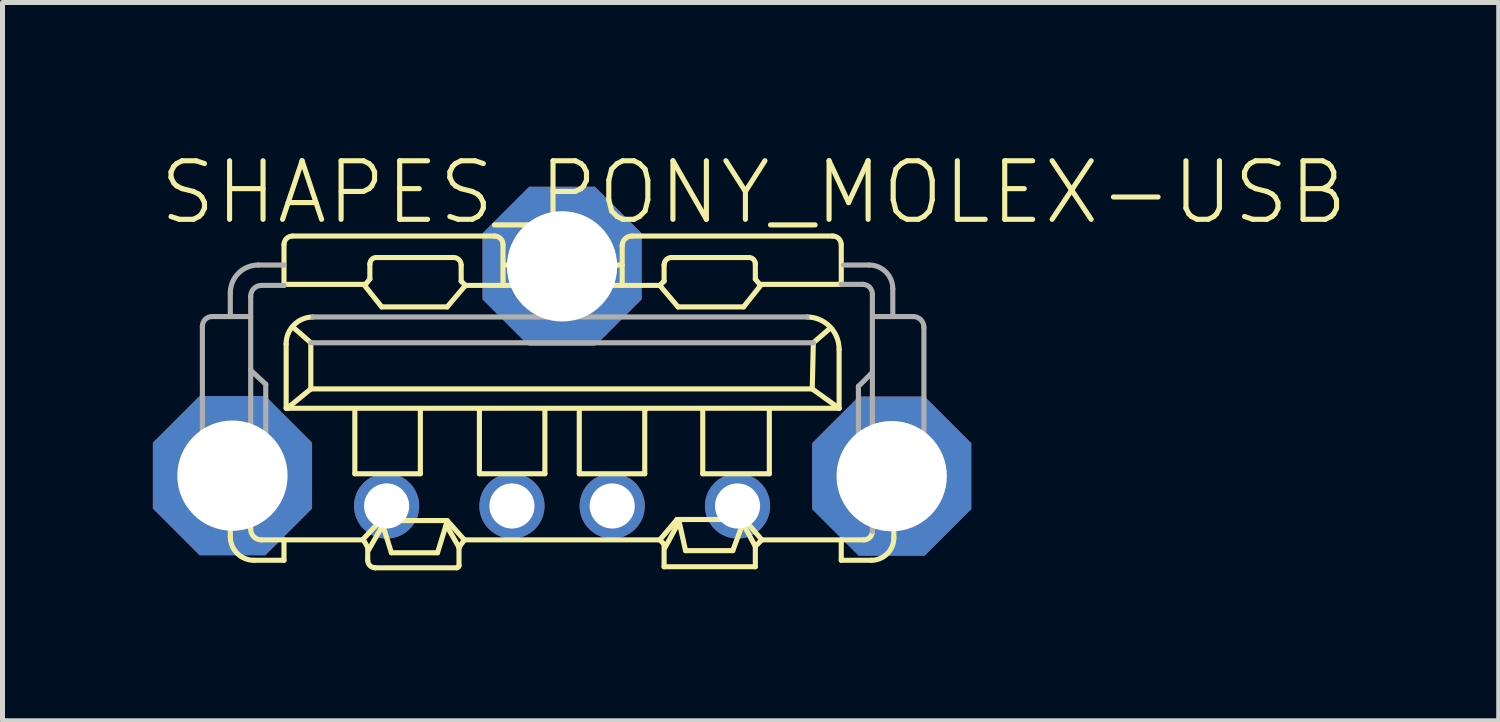
<source format=kicad_pcb>
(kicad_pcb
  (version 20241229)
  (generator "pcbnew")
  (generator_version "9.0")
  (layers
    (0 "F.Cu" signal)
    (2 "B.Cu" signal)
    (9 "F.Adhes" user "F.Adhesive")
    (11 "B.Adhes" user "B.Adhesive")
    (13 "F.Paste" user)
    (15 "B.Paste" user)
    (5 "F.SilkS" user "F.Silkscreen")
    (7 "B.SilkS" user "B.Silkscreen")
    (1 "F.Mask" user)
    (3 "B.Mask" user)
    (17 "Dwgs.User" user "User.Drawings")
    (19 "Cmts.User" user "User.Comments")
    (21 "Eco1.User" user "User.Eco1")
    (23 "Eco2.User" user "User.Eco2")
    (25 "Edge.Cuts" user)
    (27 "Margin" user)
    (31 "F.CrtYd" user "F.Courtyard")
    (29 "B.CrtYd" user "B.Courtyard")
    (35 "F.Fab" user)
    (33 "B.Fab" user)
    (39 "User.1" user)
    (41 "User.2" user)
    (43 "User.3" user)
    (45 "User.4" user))
  (footprint "SHAPES_PONY_MOLEX-USB"
    (layer "F.Cu")
    (at 8.162 5.143)
    (property "Reference" "SHAPES_PONY_MOLEX-USB" (at -8.09 -3.67 0) (layer "F.SilkS") (effects (font (size 1.168 1.168) (thickness 0.102)) (justify left bottom)))
    (fp_line (start -6.961 1.977) (end -6.211 1.977) (stroke (width 0.102) (type solid)) (layer "F.SilkS"))
    (fp_line (start -6.618 2.512) (end -6.618 1.998) (stroke (width 0.102) (type solid)) (layer "F.SilkS"))
    (fp_line (start -6.211 1.977) (end -6.211 2.362) (stroke (width 0.102) (type solid)) (layer "F.SilkS"))
    (fp_line (start -5.997 2.576) (end -3.962 2.576) (stroke (width 0.102) (type solid)) (layer "F.SilkS"))
    (fp_line (start -5.911 0.606) (end -6.19 0.863) (stroke (width 0.102) (type solid)) (layer "F.SilkS"))
    (fp_line (start -5.547 -2.521) (end -5.547 -3.313) (stroke (width 0.102) (type solid)) (layer "F.SilkS"))
    (fp_line (start -5.547 -2.521) (end -3.92 -2.521) (stroke (width 0.102) (type solid)) (layer "F.SilkS"))
    (fp_line (start -5.547 -2.5) (end -5.547 -2.521) (stroke (width 0.102) (type solid)) (layer "F.SilkS"))
    (fp_line (start -5.547 2.983) (end -6.147 2.983) (stroke (width 0.102) (type solid)) (layer "F.SilkS"))
    (fp_line (start -5.547 2.983) (end -5.547 2.576) (stroke (width 0.102) (type solid)) (layer "F.SilkS"))
    (fp_line (start -5.504 -0.049) (end -5.504 -1.334) (stroke (width 0.102) (type solid)) (layer "F.SilkS"))
    (fp_line (start -5.483 -0.049) (end -5.504 -0.049) (stroke (width 0.102) (type solid)) (layer "F.SilkS"))
    (fp_line (start -5.376 -3.485) (end -1.349 -3.485) (stroke (width 0.102) (type solid)) (layer "F.SilkS"))
    (fp_line (start -5.012 -1.356) (end -5.354 -1.655) (stroke (width 0.102) (type solid)) (layer "F.SilkS"))
    (fp_line (start -5.012 -0.435) (end -5.483 -0.049) (stroke (width 0.102) (type solid)) (layer "F.SilkS"))
    (fp_line (start -5.012 -0.435) (end -5.012 -1.356) (stroke (width 0.102) (type solid)) (layer "F.SilkS"))
    (fp_line (start -4.134 1.257) (end -4.134 -0.028) (stroke (width 0.102) (type solid)) (layer "F.SilkS"))
    (fp_line (start -3.962 2.576) (end -3.962 2.576) (stroke (width 0.102) (type solid)) (layer "F.SilkS"))
    (fp_line (start -3.962 2.576) (end -3.877 2.726) (stroke (width 0.102) (type solid)) (layer "F.SilkS"))
    (fp_line (start -3.962 2.555) (end -3.62 2.191) (stroke (width 0.102) (type solid)) (layer "F.SilkS"))
    (fp_line (start -3.92 -2.521) (end -3.834 -2.628) (stroke (width 0.102) (type solid)) (layer "F.SilkS"))
    (fp_line (start -3.877 2.726) (end -3.877 2.983) (stroke (width 0.102) (type solid)) (layer "F.SilkS"))
    (fp_line (start -3.855 2.769) (end -3.598 2.32) (stroke (width 0.102) (type solid)) (layer "F.SilkS"))
    (fp_line (start -3.834 -2.628) (end -3.834 -2.928) (stroke (width 0.102) (type solid)) (layer "F.SilkS"))
    (fp_line (start -3.727 3.133) (end -2.099 3.133) (stroke (width 0.102) (type solid)) (layer "F.SilkS"))
    (fp_line (start -3.705 -3.056) (end -2.163 -3.056) (stroke (width 0.102) (type solid)) (layer "F.SilkS"))
    (fp_line (start -3.62 2.191) (end -2.292 2.191) (stroke (width 0.102) (type solid)) (layer "F.SilkS"))
    (fp_line (start -3.598 -2.071) (end -3.941 -2.5) (stroke (width 0.102) (type solid)) (layer "F.SilkS"))
    (fp_line (start -3.405 2.833) (end -3.598 2.212) (stroke (width 0.102) (type solid)) (layer "F.SilkS"))
    (fp_line (start -2.827 -0.028) (end -2.827 1.257) (stroke (width 0.102) (type solid)) (layer "F.SilkS"))
    (fp_line (start -2.827 1.257) (end -4.134 1.257) (stroke (width 0.102) (type solid)) (layer "F.SilkS"))
    (fp_line (start -2.485 2.833) (end -3.405 2.833) (stroke (width 0.102) (type solid)) (layer "F.SilkS"))
    (fp_line (start -2.313 2.277) (end -2.485 2.833) (stroke (width 0.102) (type solid)) (layer "F.SilkS"))
    (fp_line (start -2.292 -2.071) (end -3.598 -2.071) (stroke (width 0.102) (type solid)) (layer "F.SilkS"))
    (fp_line (start -2.292 2.191) (end -1.949 2.576) (stroke (width 0.102) (type solid)) (layer "F.SilkS"))
    (fp_line (start -2.056 2.726) (end -2.313 2.277) (stroke (width 0.102) (type solid)) (layer "F.SilkS"))
    (fp_line (start -2.056 3.091) (end -2.056 2.726) (stroke (width 0.102) (type solid)) (layer "F.SilkS"))
    (fp_line (start -2.013 -2.906) (end -2.013 -2.585) (stroke (width 0.102) (type solid)) (layer "F.SilkS"))
    (fp_line (start -1.949 2.576) (end -2.056 2.726) (stroke (width 0.102) (type solid)) (layer "F.SilkS"))
    (fp_line (start -1.949 2.576) (end 1.949 2.576) (stroke (width 0.102) (type solid)) (layer "F.SilkS"))
    (fp_line (start -1.928 -2.5) (end -2.292 -2.071) (stroke (width 0.102) (type solid)) (layer "F.SilkS"))
    (fp_line (start -1.928 -2.5) (end -2.013 -2.585) (stroke (width 0.102) (type solid)) (layer "F.SilkS"))
    (fp_line (start -1.649 1.257) (end -1.649 -0.028) (stroke (width 0.102) (type solid)) (layer "F.SilkS"))
    (fp_line (start -1.178 -3.313) (end -1.178 -2.5) (stroke (width 0.102) (type solid)) (layer "F.SilkS"))
    (fp_line (start -1.178 -2.5) (end -1.928 -2.5) (stroke (width 0.102) (type solid)) (layer "F.SilkS"))
    (fp_line (start -1.178 -2.5) (end 1.199 -2.5) (stroke (width 0.102) (type solid)) (layer "F.SilkS"))
    (fp_line (start -1.157 -2.906) (end 1.199 -2.906) (stroke (width 0.102) (type solid)) (layer "F.SilkS"))
    (fp_line (start -0.343 -0.006) (end -0.343 1.257) (stroke (width 0.102) (type solid)) (layer "F.SilkS"))
    (fp_line (start -0.343 1.257) (end -1.649 1.257) (stroke (width 0.102) (type solid)) (layer "F.SilkS"))
    (fp_line (start 0.343 1.257) (end 0.343 0.015) (stroke (width 0.102) (type solid)) (layer "F.SilkS"))
    (fp_line (start 1.199 -2.906) (end 1.199 -3.292) (stroke (width 0.102) (type solid)) (layer "F.SilkS"))
    (fp_line (start 1.199 -2.906) (end 1.199 -2.5) (stroke (width 0.102) (type solid)) (layer "F.SilkS"))
    (fp_line (start 1.199 -2.5) (end 1.949 -2.5) (stroke (width 0.102) (type solid)) (layer "F.SilkS"))
    (fp_line (start 1.392 -3.485) (end 5.397 -3.485) (stroke (width 0.102) (type solid)) (layer "F.SilkS"))
    (fp_line (start 1.649 -0.028) (end 1.649 1.257) (stroke (width 0.102) (type solid)) (layer "F.SilkS"))
    (fp_line (start 1.649 1.257) (end 0.343 1.257) (stroke (width 0.102) (type solid)) (layer "F.SilkS"))
    (fp_line (start 1.671 -0.028) (end 1.649 -0.028) (stroke (width 0.102) (type solid)) (layer "F.SilkS"))
    (fp_line (start 1.949 -2.5) (end 2.035 -2.585) (stroke (width 0.102) (type solid)) (layer "F.SilkS"))
    (fp_line (start 1.949 -2.5) (end 2.313 -2.071) (stroke (width 0.102) (type solid)) (layer "F.SilkS"))
    (fp_line (start 1.949 2.576) (end 2.292 2.17) (stroke (width 0.102) (type solid)) (layer "F.SilkS"))
    (fp_line (start 2.035 -2.906) (end 2.035 -2.585) (stroke (width 0.102) (type solid)) (layer "F.SilkS"))
    (fp_line (start 2.035 2.662) (end 1.949 2.576) (stroke (width 0.102) (type solid)) (layer "F.SilkS"))
    (fp_line (start 2.035 3.112) (end 2.035 2.662) (stroke (width 0.102) (type solid)) (layer "F.SilkS"))
    (fp_line (start 2.292 2.17) (end 3.641 2.17) (stroke (width 0.102) (type solid)) (layer "F.SilkS"))
    (fp_line (start 2.313 -2.071) (end 3.62 -2.071) (stroke (width 0.102) (type solid)) (layer "F.SilkS"))
    (fp_line (start 2.335 2.212) (end 2.056 2.726) (stroke (width 0.102) (type solid)) (layer "F.SilkS"))
    (fp_line (start 2.335 2.212) (end 2.463 2.791) (stroke (width 0.102) (type solid)) (layer "F.SilkS"))
    (fp_line (start 2.463 2.791) (end 3.405 2.791) (stroke (width 0.102) (type solid)) (layer "F.SilkS"))
    (fp_line (start 2.806 1.257) (end 2.806 -0.006) (stroke (width 0.102) (type solid)) (layer "F.SilkS"))
    (fp_line (start 3.405 2.791) (end 3.62 2.212) (stroke (width 0.102) (type solid)) (layer "F.SilkS"))
    (fp_line (start 3.598 2.234) (end 3.855 2.705) (stroke (width 0.102) (type solid)) (layer "F.SilkS"))
    (fp_line (start 3.62 -2.071) (end 3.962 -2.5) (stroke (width 0.102) (type solid)) (layer "F.SilkS"))
    (fp_line (start 3.641 2.17) (end 3.984 2.576) (stroke (width 0.102) (type solid)) (layer "F.SilkS"))
    (fp_line (start 3.727 -3.056) (end 2.185 -3.056) (stroke (width 0.102) (type solid)) (layer "F.SilkS"))
    (fp_line (start 3.855 -2.628) (end 3.855 -2.928) (stroke (width 0.102) (type solid)) (layer "F.SilkS"))
    (fp_line (start 3.855 2.705) (end 3.855 3.112) (stroke (width 0.102) (type solid)) (layer "F.SilkS"))
    (fp_line (start 3.855 3.112) (end 2.035 3.112) (stroke (width 0.102) (type solid)) (layer "F.SilkS"))
    (fp_line (start 3.941 -2.521) (end 3.855 -2.628) (stroke (width 0.102) (type solid)) (layer "F.SilkS"))
    (fp_line (start 3.984 2.576) (end 3.855 2.705) (stroke (width 0.102) (type solid)) (layer "F.SilkS"))
    (fp_line (start 4.134 -0.006) (end 4.134 1.257) (stroke (width 0.102) (type solid)) (layer "F.SilkS"))
    (fp_line (start 4.134 1.257) (end 2.806 1.257) (stroke (width 0.102) (type solid)) (layer "F.SilkS"))
    (fp_line (start 4.99 -0.435) (end -5.012 -0.435) (stroke (width 0.102) (type solid)) (layer "F.SilkS"))
    (fp_line (start 4.99 -0.435) (end 5.012 -1.356) (stroke (width 0.102) (type solid)) (layer "F.SilkS"))
    (fp_line (start 5.012 -1.356) (end 5.333 -1.634) (stroke (width 0.102) (type solid)) (layer "F.SilkS"))
    (fp_line (start 5.526 -1.227) (end 5.526 -0.049) (stroke (width 0.102) (type solid)) (layer "F.SilkS"))
    (fp_line (start 5.526 -0.049) (end -5.483 -0.049) (stroke (width 0.102) (type solid)) (layer "F.SilkS"))
    (fp_line (start 5.526 -0.049) (end 4.99 -0.435) (stroke (width 0.102) (type solid)) (layer "F.SilkS"))
    (fp_line (start 5.569 -3.313) (end 5.569 -2.521) (stroke (width 0.102) (type solid)) (layer "F.SilkS"))
    (fp_line (start 5.569 -2.521) (end 3.941 -2.521) (stroke (width 0.102) (type solid)) (layer "F.SilkS"))
    (fp_line (start 5.569 2.576) (end 3.984 2.576) (stroke (width 0.102) (type solid)) (layer "F.SilkS"))
    (fp_line (start 5.569 2.576) (end 5.569 2.983) (stroke (width 0.102) (type solid)) (layer "F.SilkS"))
    (fp_line (start 5.569 2.983) (end 6.168 2.983) (stroke (width 0.102) (type solid)) (layer "F.SilkS"))
    (fp_line (start 6.019 2.576) (end 5.569 2.576) (stroke (width 0.102) (type solid)) (layer "F.SilkS"))
    (fp_line (start 6.168 0.842) (end 5.911 0.563) (stroke (width 0.102) (type solid)) (layer "F.SilkS"))
    (fp_line (start 6.211 1.977) (end 6.939 1.977) (stroke (width 0.102) (type solid)) (layer "F.SilkS"))
    (fp_line (start 6.618 2.534) (end 6.618 1.998) (stroke (width 0.102) (type solid)) (layer "F.SilkS"))
    (fp_arc (start -6.9608 1.9768) (mid -7.112262 1.914062) (end -7.175 1.7626) (stroke (width 0.1016) (type solid)) (layer "F.SilkS"))
    (fp_arc (start -6.147 2.9834) (mid -6.480189 2.845389) (end -6.6182 2.5122) (stroke (width 0.1016) (type solid)) (layer "F.SilkS"))
    (fp_arc (start -5.997 2.5765) (mid -6.148462 2.513762) (end -6.2112 2.3623) (stroke (width 0.1016) (type solid)) (layer "F.SilkS"))
    (fp_arc (start -5.5473 -3.3135) (mid -5.497127 -3.434627) (end -5.376 -3.4848) (stroke (width 0.1016) (type solid)) (layer "F.SilkS"))
    (fp_arc (start -5.5044 -1.3343) (mid -5.347585 -1.712885) (end -4.969 -1.8697) (stroke (width 0.1016) (type solid)) (layer "F.SilkS"))
    (fp_arc (start -3.8338 -2.9279) (mid -3.796163 -3.018763) (end -3.7053 -3.0564) (stroke (width 0.1016) (type solid)) (layer "F.SilkS"))
    (fp_arc (start -3.7267 3.1334) (mid -3.832766 3.089466) (end -3.8767 2.9834) (stroke (width 0.1016) (type solid)) (layer "F.SilkS"))
    (fp_arc (start -2.1632 -3.0564) (mid -2.057205 -3.012495) (end -2.0133 -2.9065) (stroke (width 0.1016) (type solid)) (layer "F.SilkS"))
    (fp_arc (start -2.0561 3.0905) (mid -2.068665 3.120835) (end -2.099 3.1334) (stroke (width 0.1016) (type solid)) (layer "F.SilkS"))
    (fp_arc (start -1.3493 -3.4848) (mid -1.228173 -3.434627) (end -1.178 -3.3135) (stroke (width 0.1016) (type solid)) (layer "F.SilkS"))
    (fp_arc (start 1.1994 -3.292) (mid 1.25587 -3.42833) (end 1.3922 -3.4848) (stroke (width 0.1016) (type solid)) (layer "F.SilkS"))
    (fp_arc (start 2.0347 -2.9065) (mid 2.078605 -3.012495) (end 2.1846 -3.0564) (stroke (width 0.1016) (type solid)) (layer "F.SilkS"))
    (fp_arc (start 3.7267 -3.0564) (mid 3.817563 -3.018763) (end 3.8552 -2.9279) (stroke (width 0.1016) (type solid)) (layer "F.SilkS"))
    (fp_arc (start 4.8833 -1.8697) (mid 5.337616 -1.681516) (end 5.5258 -1.2272) (stroke (width 0.1016) (type solid)) (layer "F.SilkS"))
    (fp_arc (start 5.3973 -3.4848) (mid 5.518498 -3.434598) (end 5.5687 -3.3134) (stroke (width 0.1016) (type solid)) (layer "F.SilkS"))
    (fp_arc (start 6.1898 2.4052) (mid 6.139627 2.526327) (end 6.0185 2.5765) (stroke (width 0.1016) (type solid)) (layer "F.SilkS"))
    (fp_arc (start 6.6182 2.5336) (mid 6.486457 2.851657) (end 6.1684 2.9834) (stroke (width 0.1016) (type solid)) (layer "F.SilkS"))
    (fp_arc (start 7.2179 1.6983) (mid 7.136329 1.895229) (end 6.9394 1.9768) (stroke (width 0.1016) (type solid)) (layer "F.SilkS"))
    (fp_line (start -7.175 -1.686) (end -7.175 1.763) (stroke (width 0.102) (type solid)) (layer "F.Fab"))
    (fp_line (start -6.618 -1.878) (end -6.618 -2.35) (stroke (width 0.102) (type solid)) (layer "F.Fab"))
    (fp_line (start -6.211 -1.878) (end -6.982 -1.878) (stroke (width 0.102) (type solid)) (layer "F.Fab"))
    (fp_line (start -6.211 -0.807) (end -6.211 -2.285) (stroke (width 0.102) (type solid)) (layer "F.Fab"))
    (fp_line (start -6.211 -0.807) (end -5.911 -0.529) (stroke (width 0.102) (type solid)) (layer "F.Fab"))
    (fp_line (start -6.211 1.977) (end -6.211 -0.807) (stroke (width 0.102) (type solid)) (layer "F.Fab"))
    (fp_line (start -6.061 -2.906) (end -5.547 -2.906) (stroke (width 0.102) (type solid)) (layer "F.Fab"))
    (fp_line (start -5.997 -2.5) (end -5.547 -2.5) (stroke (width 0.102) (type solid)) (layer "F.Fab"))
    (fp_line (start -5.911 -0.529) (end -5.911 0.606) (stroke (width 0.102) (type solid)) (layer "F.Fab"))
    (fp_line (start -5.012 -1.356) (end 5.012 -1.356) (stroke (width 0.102) (type solid)) (layer "F.Fab"))
    (fp_line (start -4.969 -1.87) (end 4.883 -1.87) (stroke (width 0.102) (type solid)) (layer "F.Fab"))
    (fp_line (start 5.569 -2.521) (end 5.997 -2.521) (stroke (width 0.102) (type solid)) (layer "F.Fab"))
    (fp_line (start 5.911 -0.486) (end 6.168 -0.743) (stroke (width 0.102) (type solid)) (layer "F.Fab"))
    (fp_line (start 5.911 0.563) (end 5.911 -0.486) (stroke (width 0.102) (type solid)) (layer "F.Fab"))
    (fp_line (start 6.125 -2.906) (end 5.612 -2.906) (stroke (width 0.102) (type solid)) (layer "F.Fab"))
    (fp_line (start 6.19 -2.328) (end 6.19 2.405) (stroke (width 0.102) (type solid)) (layer "F.Fab"))
    (fp_line (start 6.597 -1.9) (end 6.597 -2.435) (stroke (width 0.102) (type solid)) (layer "F.Fab"))
    (fp_line (start 7.004 -1.878) (end 6.211 -1.878) (stroke (width 0.102) (type solid)) (layer "F.Fab"))
    (fp_line (start 7.218 1.698) (end 7.218 -1.664) (stroke (width 0.102) (type solid)) (layer "F.Fab"))
    (fp_arc (start -7.175 -1.6857) (mid -7.118559 -1.821959) (end -6.9823 -1.8784) (stroke (width 0.1016) (type solid)) (layer "F.Fab"))
    (fp_arc (start -6.6182 -2.3496) (mid -6.455088 -2.743388) (end -6.0613 -2.9065) (stroke (width 0.1016) (type solid)) (layer "F.Fab"))
    (fp_arc (start -6.2112 -2.2854) (mid -6.148462 -2.436862) (end -5.997 -2.4996) (stroke (width 0.1016) (type solid)) (layer "F.Fab"))
    (fp_arc (start 5.997 -2.521) (mid 6.13333 -2.46453) (end 6.1898 -2.3282) (stroke (width 0.1016) (type solid)) (layer "F.Fab"))
    (fp_arc (start 6.1255 -2.9065) (mid 6.458689 -2.768489) (end 6.5967 -2.4353) (stroke (width 0.1016) (type solid)) (layer "F.Fab"))
    (fp_arc (start 7.0038 -1.8784) (mid 7.155192 -1.815692) (end 7.2179 -1.6643) (stroke (width 0.1016) (type solid)) (layer "F.Fab"))
    (pad "1" thru_hole circle (at -3.5 1.9) (size 1.3 1.3) (drill 0.9) (layers "*.Cu" "*.Mask"))
    (pad "2" thru_hole circle (at -1 1.9) (size 1.3 1.3) (drill 0.9) (layers "*.Cu" "*.Mask"))
    (pad "3" thru_hole circle (at 1 1.9) (size 1.3 1.3) (drill 0.9) (layers "*.Cu" "*.Mask"))
    (pad "GND" thru_hole circle (at 3.5 1.9) (size 1.3 1.3) (drill 0.9) (layers "*.Cu" "*.Mask"))
    (pad "M1" thru_hole roundrect (at -6.575 1.295 90) (size 3.175 3.175) (drill 2.2) (layers "*.Cu" "*.Mask") (roundrect_rratio 0.25) (chamfer_ratio 0.293) (chamfer top_left top_right bottom_left bottom_right))
    (pad "M2" thru_hole roundrect (at 6.575 1.305 90) (size 3.175 3.175) (drill 2.2) (layers "*.Cu" "*.Mask") (roundrect_rratio 0.25) (chamfer_ratio 0.293) (chamfer top_left top_right bottom_left bottom_right))
    (pad "M4" thru_hole roundrect (at 0 -2.88) (size 3.175 3.175) (drill 2.2) (layers "*.Cu" "*.Mask") (roundrect_rratio 0.25) (chamfer_ratio 0.293) (chamfer top_left top_right bottom_left bottom_right)))
  (gr_rect
    (start -3 -3)
    (end 26.846 11.327)
    (stroke (width 0.1) (type default))
    (fill no)
    (layer "Edge.Cuts")))
</source>
